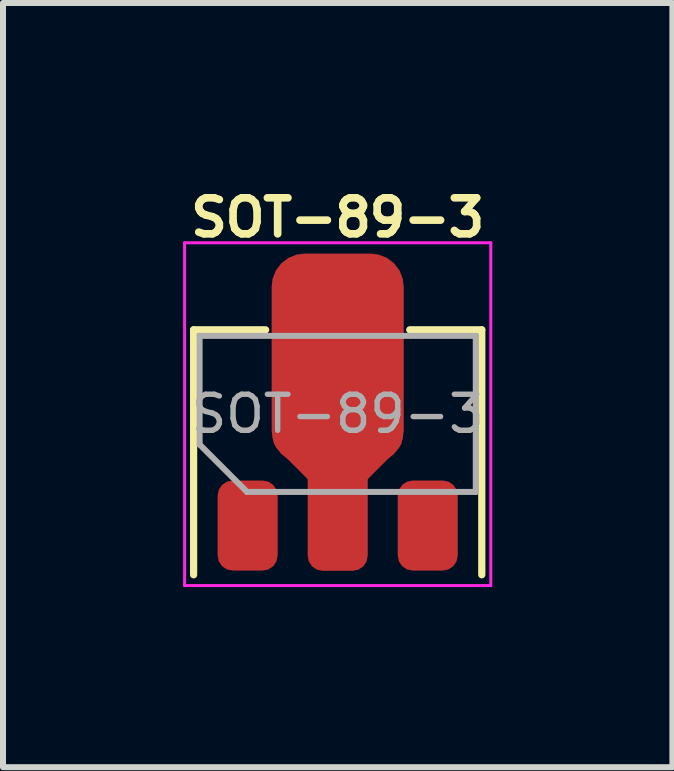
<source format=kicad_pcb>
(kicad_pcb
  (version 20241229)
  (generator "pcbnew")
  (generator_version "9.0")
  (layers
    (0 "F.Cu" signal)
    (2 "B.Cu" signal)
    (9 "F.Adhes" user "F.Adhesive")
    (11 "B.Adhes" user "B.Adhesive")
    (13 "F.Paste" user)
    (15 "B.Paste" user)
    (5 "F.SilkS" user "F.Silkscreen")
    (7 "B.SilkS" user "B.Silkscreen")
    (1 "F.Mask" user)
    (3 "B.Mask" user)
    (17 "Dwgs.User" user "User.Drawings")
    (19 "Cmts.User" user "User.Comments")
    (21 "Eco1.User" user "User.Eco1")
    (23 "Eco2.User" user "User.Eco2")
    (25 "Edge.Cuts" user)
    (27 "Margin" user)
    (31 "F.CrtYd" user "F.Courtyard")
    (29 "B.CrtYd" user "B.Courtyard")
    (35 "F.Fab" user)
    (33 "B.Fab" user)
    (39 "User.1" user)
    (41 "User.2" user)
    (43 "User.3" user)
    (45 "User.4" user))
  (footprint "SOT-89-3"
    (layer "F.Cu")
    (at 2.575 4.024)
    (property "Reference" "SOT-89-3" (at 0 -3.45 180) (layer "F.SilkS") (effects (font (size 0.6 0.6) (thickness 0.127))))
    (attr smd)
    (fp_line (start -2.4 -1.58) (end -1.2 -1.58) (stroke (width 0.12) (type solid)) (layer "F.SilkS"))
    (fp_line (start -2.4 2.5) (end -2.4 -1.58) (stroke (width 0.12) (type solid)) (layer "F.SilkS"))
    (fp_line (start 1.2 -1.58) (end 2.4 -1.58) (stroke (width 0.12) (type solid)) (layer "F.SilkS"))
    (fp_line (start 2.4 -1.58) (end 2.4 2.5) (stroke (width 0.12) (type solid)) (layer "F.SilkS"))
    (fp_line (start -2.55 -3.03) (end -2.55 2.68) (stroke (width 0.05) (type solid)) (layer "F.CrtYd"))
    (fp_line (start -2.55 -3.03) (end 2.55 -3.03) (stroke (width 0.05) (type solid)) (layer "F.CrtYd"))
    (fp_line (start 2.55 2.68) (end -2.55 2.68) (stroke (width 0.05) (type solid)) (layer "F.CrtYd"))
    (fp_line (start 2.55 2.68) (end 2.55 -3.03) (stroke (width 0.05) (type solid)) (layer "F.CrtYd"))
    (fp_line (start -2.3 -1.48) (end 2.3 -1.48) (stroke (width 0.1) (type solid)) (layer "F.Fab"))
    (fp_line (start -2.3 0.33) (end -2.3 -1.48) (stroke (width 0.1) (type solid)) (layer "F.Fab"))
    (fp_line (start -1.51 1.12) (end -2.3 0.33) (stroke (width 0.1) (type solid)) (layer "F.Fab"))
    (fp_line (start 2.3 -1.48) (end 2.3 1.12) (stroke (width 0.1) (type solid)) (layer "F.Fab"))
    (fp_line (start 2.3 1.12) (end -1.51 1.12) (stroke (width 0.1) (type solid)) (layer "F.Fab"))
    (fp_text user "${REFERENCE}" (at 0 -0.18 180) (layer "F.Fab") (effects (font (size 0.6 0.6) (thickness 0.09))))
    (pad "1" smd roundrect (at -1.5 1.68) (size 1 1.5) (layers "F.Cu" "F.Mask" "F.Paste") (roundrect_rratio 0.25))
    (pad "2" smd roundrect (at -0.3 0.4 315) (size 1.5 1) (layers "F.Cu" "F.Mask" "F.Paste") (roundrect_rratio 0.25))
    (pad "2" smd roundrect (at 0 -1.1) (size 2.2 3.5) (layers "F.Cu" "F.Mask" "F.Paste") (roundrect_rratio 0.25))
    (pad "2" smd roundrect (at 0 1.534) (size 1 1.8) (layers "F.Cu" "F.Mask" "F.Paste") (roundrect_rratio 0.25))
    (pad "2" smd roundrect (at 0.3 0.4 45) (size 1.5 1) (layers "F.Cu" "F.Mask" "F.Paste") (roundrect_rratio 0.25))
    (pad "3" smd roundrect (at 1.5 1.68) (size 1 1.5) (layers "F.Cu" "F.Mask" "F.Paste") (roundrect_rratio 0.25)))
  (gr_rect
    (start -3 -3)
    (end 8.15 9.729)
    (stroke (width 0.1) (type default))
    (fill no)
    (layer "Edge.Cuts")))
</source>
